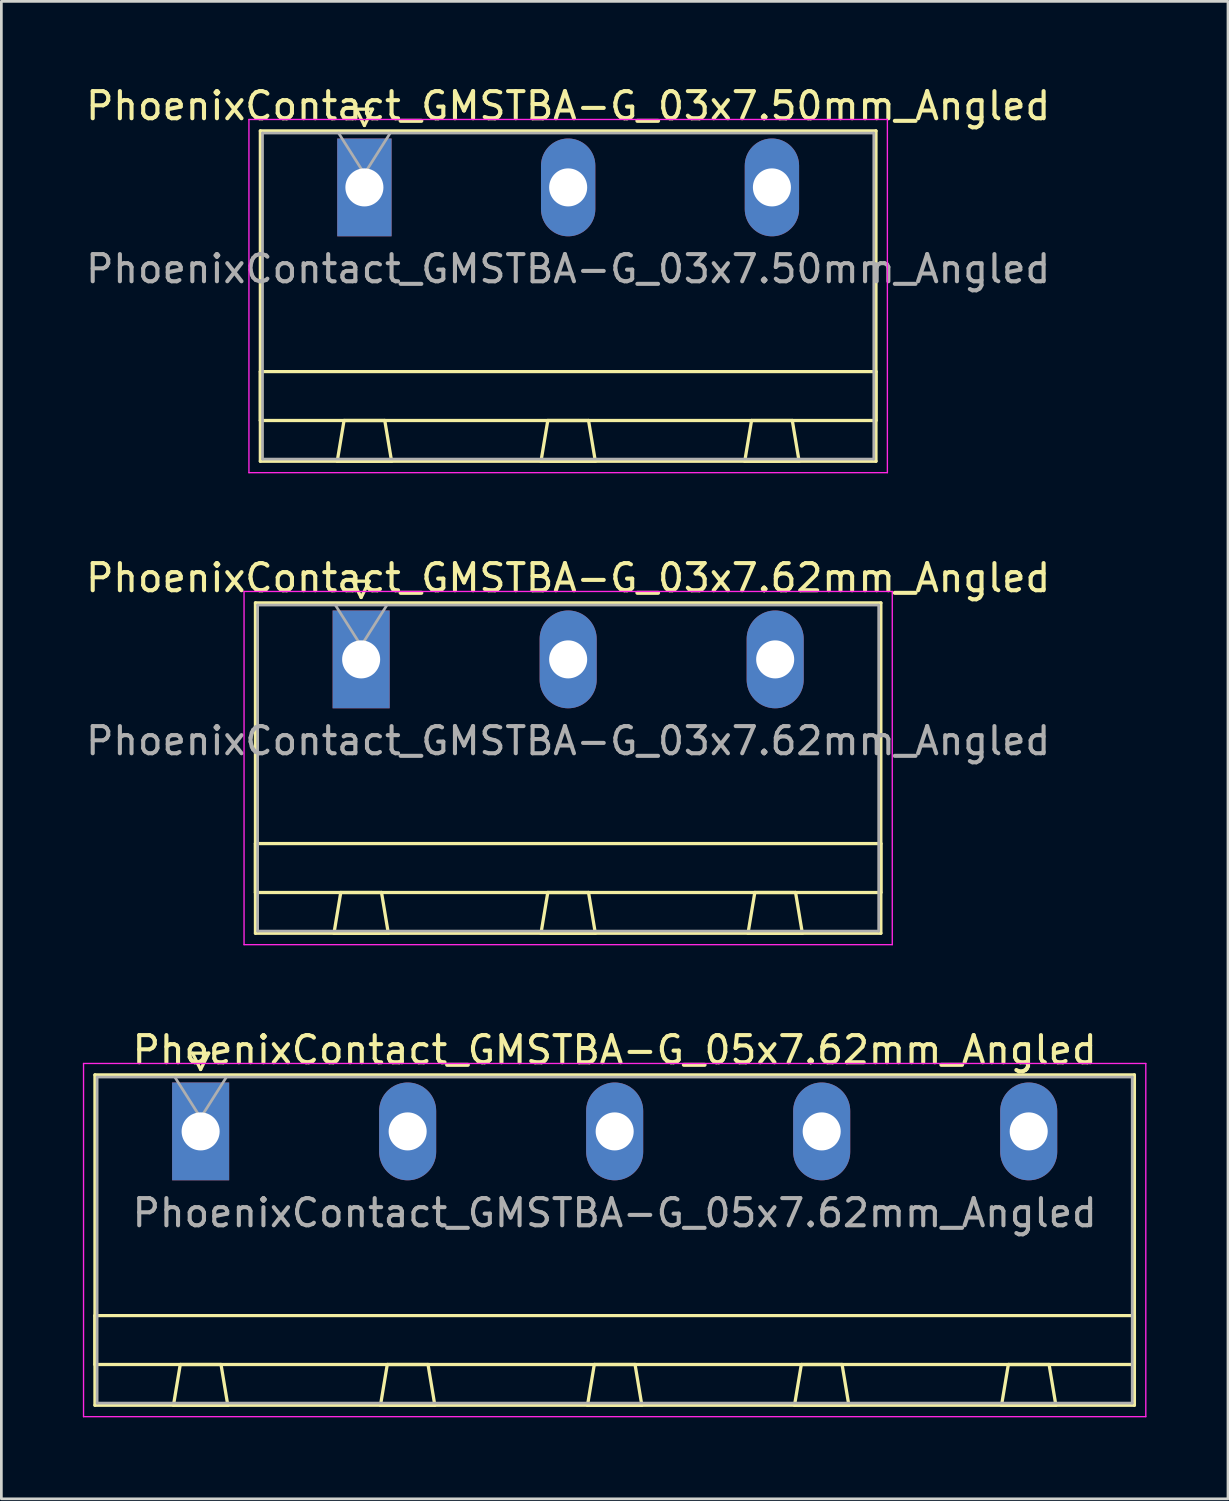
<source format=kicad_pcb>
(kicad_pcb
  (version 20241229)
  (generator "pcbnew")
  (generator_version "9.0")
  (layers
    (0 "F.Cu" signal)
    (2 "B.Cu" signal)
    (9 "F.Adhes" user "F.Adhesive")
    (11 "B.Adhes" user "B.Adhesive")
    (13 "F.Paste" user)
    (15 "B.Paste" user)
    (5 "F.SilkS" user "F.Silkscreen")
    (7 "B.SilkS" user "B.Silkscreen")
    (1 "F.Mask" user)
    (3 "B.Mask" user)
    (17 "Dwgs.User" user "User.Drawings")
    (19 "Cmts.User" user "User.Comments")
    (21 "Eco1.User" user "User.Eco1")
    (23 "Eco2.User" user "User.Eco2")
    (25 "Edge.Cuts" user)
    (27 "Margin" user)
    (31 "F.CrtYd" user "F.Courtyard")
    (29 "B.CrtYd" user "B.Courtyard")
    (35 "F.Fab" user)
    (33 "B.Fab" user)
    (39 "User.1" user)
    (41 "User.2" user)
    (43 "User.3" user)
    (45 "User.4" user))
  (footprint "PhoenixContact_GMSTBA-G_05x7.62mm_Angled"
    (layer "F.Cu")
    (at 4.335 38.595)
    (property "Reference" "PhoenixContact_GMSTBA-G_05x7.62mm_Angled" (at 15.24 -3 0) (layer "F.SilkS") (effects (font (size 1 1) (thickness 0.15))))
    (attr through_hole)
    (fp_line (start -3.89 -2.08) (end -3.89 10.08) (stroke (width 0.12) (type solid)) (layer "F.SilkS"))
    (fp_line (start -3.89 6.78) (end 34.37 6.78) (stroke (width 0.12) (type solid)) (layer "F.SilkS"))
    (fp_line (start -3.89 8.58) (end -3.89 6.78) (stroke (width 0.12) (type solid)) (layer "F.SilkS"))
    (fp_line (start -3.89 10.08) (end 34.37 10.08) (stroke (width 0.12) (type solid)) (layer "F.SilkS"))
    (fp_line (start -1 10.08) (end 1 10.08) (stroke (width 0.12) (type solid)) (layer "F.SilkS"))
    (fp_line (start -0.75 8.58) (end -1 10.08) (stroke (width 0.12) (type solid)) (layer "F.SilkS"))
    (fp_line (start -0.3 -2.88) (end 0.3 -2.88) (stroke (width 0.12) (type solid)) (layer "F.SilkS"))
    (fp_line (start 0 -2.28) (end -0.3 -2.88) (stroke (width 0.12) (type solid)) (layer "F.SilkS"))
    (fp_line (start 0.3 -2.88) (end 0 -2.28) (stroke (width 0.12) (type solid)) (layer "F.SilkS"))
    (fp_line (start 0.75 8.58) (end -0.75 8.58) (stroke (width 0.12) (type solid)) (layer "F.SilkS"))
    (fp_line (start 1 10.08) (end 0.75 8.58) (stroke (width 0.12) (type solid)) (layer "F.SilkS"))
    (fp_line (start 6.62 10.08) (end 8.62 10.08) (stroke (width 0.12) (type solid)) (layer "F.SilkS"))
    (fp_line (start 6.87 8.58) (end 6.62 10.08) (stroke (width 0.12) (type solid)) (layer "F.SilkS"))
    (fp_line (start 8.37 8.58) (end 6.87 8.58) (stroke (width 0.12) (type solid)) (layer "F.SilkS"))
    (fp_line (start 8.62 10.08) (end 8.37 8.58) (stroke (width 0.12) (type solid)) (layer "F.SilkS"))
    (fp_line (start 14.24 10.08) (end 16.24 10.08) (stroke (width 0.12) (type solid)) (layer "F.SilkS"))
    (fp_line (start 14.49 8.58) (end 14.24 10.08) (stroke (width 0.12) (type solid)) (layer "F.SilkS"))
    (fp_line (start 15.99 8.58) (end 14.49 8.58) (stroke (width 0.12) (type solid)) (layer "F.SilkS"))
    (fp_line (start 16.24 10.08) (end 15.99 8.58) (stroke (width 0.12) (type solid)) (layer "F.SilkS"))
    (fp_line (start 21.86 10.08) (end 23.86 10.08) (stroke (width 0.12) (type solid)) (layer "F.SilkS"))
    (fp_line (start 22.11 8.58) (end 21.86 10.08) (stroke (width 0.12) (type solid)) (layer "F.SilkS"))
    (fp_line (start 23.61 8.58) (end 22.11 8.58) (stroke (width 0.12) (type solid)) (layer "F.SilkS"))
    (fp_line (start 23.86 10.08) (end 23.61 8.58) (stroke (width 0.12) (type solid)) (layer "F.SilkS"))
    (fp_line (start 29.48 10.08) (end 31.48 10.08) (stroke (width 0.12) (type solid)) (layer "F.SilkS"))
    (fp_line (start 29.73 8.58) (end 29.48 10.08) (stroke (width 0.12) (type solid)) (layer "F.SilkS"))
    (fp_line (start 31.23 8.58) (end 29.73 8.58) (stroke (width 0.12) (type solid)) (layer "F.SilkS"))
    (fp_line (start 31.48 10.08) (end 31.23 8.58) (stroke (width 0.12) (type solid)) (layer "F.SilkS"))
    (fp_line (start 34.37 -2.08) (end -3.89 -2.08) (stroke (width 0.12) (type solid)) (layer "F.SilkS"))
    (fp_line (start 34.37 6.78) (end 34.37 8.58) (stroke (width 0.12) (type solid)) (layer "F.SilkS"))
    (fp_line (start 34.37 8.58) (end -3.89 8.58) (stroke (width 0.12) (type solid)) (layer "F.SilkS"))
    (fp_line (start 34.37 10.08) (end 34.37 -2.08) (stroke (width 0.12) (type solid)) (layer "F.SilkS"))
    (fp_line (start -4.31 -2.5) (end -4.31 10.5) (stroke (width 0.05) (type solid)) (layer "F.CrtYd"))
    (fp_line (start -4.31 10.5) (end 34.79 10.5) (stroke (width 0.05) (type solid)) (layer "F.CrtYd"))
    (fp_line (start 34.79 -2.5) (end -4.31 -2.5) (stroke (width 0.05) (type solid)) (layer "F.CrtYd"))
    (fp_line (start 34.79 10.5) (end 34.79 -2.5) (stroke (width 0.05) (type solid)) (layer "F.CrtYd"))
    (fp_line (start -3.81 -2) (end -3.81 10) (stroke (width 0.1) (type solid)) (layer "F.Fab"))
    (fp_line (start -3.81 10) (end 34.29 10) (stroke (width 0.1) (type solid)) (layer "F.Fab"))
    (fp_line (start 0 -0.5) (end -0.95 -2) (stroke (width 0.1) (type solid)) (layer "F.Fab"))
    (fp_line (start 0.95 -2) (end 0 -0.5) (stroke (width 0.1) (type solid)) (layer "F.Fab"))
    (fp_line (start 34.29 -2) (end -3.81 -2) (stroke (width 0.1) (type solid)) (layer "F.Fab"))
    (fp_line (start 34.29 10) (end 34.29 -2) (stroke (width 0.1) (type solid)) (layer "F.Fab"))
    (fp_text user "${REFERENCE}" (at 15.24 3 0) (layer "F.Fab") (effects (font (size 1 1) (thickness 0.15))))
    (pad "1" thru_hole rect (at 0 0) (size 2.1 3.6) (drill 1.4) (layers "*.Cu" "*.Mask"))
    (pad "2" thru_hole oval (at 7.62 0) (size 2.1 3.6) (drill 1.4) (layers "*.Cu" "*.Mask"))
    (pad "3" thru_hole oval (at 15.24 0) (size 2.1 3.6) (drill 1.4) (layers "*.Cu" "*.Mask"))
    (pad "4" thru_hole oval (at 22.86 0) (size 2.1 3.6) (drill 1.4) (layers "*.Cu" "*.Mask"))
    (pad "5" thru_hole oval (at 30.48 0) (size 2.1 3.6) (drill 1.4) (layers "*.Cu" "*.Mask")))
  (footprint "PhoenixContact_GMSTBA-G_03x7.50mm_Angled"
    (layer "F.Cu")
    (at 10.363 3.848)
    (property "Reference" "PhoenixContact_GMSTBA-G_03x7.50mm_Angled" (at 7.5 -3 0) (layer "F.SilkS") (effects (font (size 1 1) (thickness 0.15))))
    (attr through_hole)
    (fp_line (start -3.83 -2.08) (end -3.83 10.08) (stroke (width 0.12) (type solid)) (layer "F.SilkS"))
    (fp_line (start -3.83 6.78) (end 18.83 6.78) (stroke (width 0.12) (type solid)) (layer "F.SilkS"))
    (fp_line (start -3.83 8.58) (end -3.83 6.78) (stroke (width 0.12) (type solid)) (layer "F.SilkS"))
    (fp_line (start -3.83 10.08) (end 18.83 10.08) (stroke (width 0.12) (type solid)) (layer "F.SilkS"))
    (fp_line (start -1 10.08) (end 1 10.08) (stroke (width 0.12) (type solid)) (layer "F.SilkS"))
    (fp_line (start -0.75 8.58) (end -1 10.08) (stroke (width 0.12) (type solid)) (layer "F.SilkS"))
    (fp_line (start -0.3 -2.88) (end 0.3 -2.88) (stroke (width 0.12) (type solid)) (layer "F.SilkS"))
    (fp_line (start 0 -2.28) (end -0.3 -2.88) (stroke (width 0.12) (type solid)) (layer "F.SilkS"))
    (fp_line (start 0.3 -2.88) (end 0 -2.28) (stroke (width 0.12) (type solid)) (layer "F.SilkS"))
    (fp_line (start 0.75 8.58) (end -0.75 8.58) (stroke (width 0.12) (type solid)) (layer "F.SilkS"))
    (fp_line (start 1 10.08) (end 0.75 8.58) (stroke (width 0.12) (type solid)) (layer "F.SilkS"))
    (fp_line (start 6.5 10.08) (end 8.5 10.08) (stroke (width 0.12) (type solid)) (layer "F.SilkS"))
    (fp_line (start 6.75 8.58) (end 6.5 10.08) (stroke (width 0.12) (type solid)) (layer "F.SilkS"))
    (fp_line (start 8.25 8.58) (end 6.75 8.58) (stroke (width 0.12) (type solid)) (layer "F.SilkS"))
    (fp_line (start 8.5 10.08) (end 8.25 8.58) (stroke (width 0.12) (type solid)) (layer "F.SilkS"))
    (fp_line (start 14 10.08) (end 16 10.08) (stroke (width 0.12) (type solid)) (layer "F.SilkS"))
    (fp_line (start 14.25 8.58) (end 14 10.08) (stroke (width 0.12) (type solid)) (layer "F.SilkS"))
    (fp_line (start 15.75 8.58) (end 14.25 8.58) (stroke (width 0.12) (type solid)) (layer "F.SilkS"))
    (fp_line (start 16 10.08) (end 15.75 8.58) (stroke (width 0.12) (type solid)) (layer "F.SilkS"))
    (fp_line (start 18.83 -2.08) (end -3.83 -2.08) (stroke (width 0.12) (type solid)) (layer "F.SilkS"))
    (fp_line (start 18.83 6.78) (end 18.83 8.58) (stroke (width 0.12) (type solid)) (layer "F.SilkS"))
    (fp_line (start 18.83 8.58) (end -3.83 8.58) (stroke (width 0.12) (type solid)) (layer "F.SilkS"))
    (fp_line (start 18.83 10.08) (end 18.83 -2.08) (stroke (width 0.12) (type solid)) (layer "F.SilkS"))
    (fp_line (start -4.25 -2.5) (end -4.25 10.5) (stroke (width 0.05) (type solid)) (layer "F.CrtYd"))
    (fp_line (start -4.25 10.5) (end 19.25 10.5) (stroke (width 0.05) (type solid)) (layer "F.CrtYd"))
    (fp_line (start 19.25 -2.5) (end -4.25 -2.5) (stroke (width 0.05) (type solid)) (layer "F.CrtYd"))
    (fp_line (start 19.25 10.5) (end 19.25 -2.5) (stroke (width 0.05) (type solid)) (layer "F.CrtYd"))
    (fp_line (start -3.75 -2) (end -3.75 10) (stroke (width 0.1) (type solid)) (layer "F.Fab"))
    (fp_line (start -3.75 10) (end 18.75 10) (stroke (width 0.1) (type solid)) (layer "F.Fab"))
    (fp_line (start 0 -0.5) (end -0.95 -2) (stroke (width 0.1) (type solid)) (layer "F.Fab"))
    (fp_line (start 0.95 -2) (end 0 -0.5) (stroke (width 0.1) (type solid)) (layer "F.Fab"))
    (fp_line (start 18.75 -2) (end -3.75 -2) (stroke (width 0.1) (type solid)) (layer "F.Fab"))
    (fp_line (start 18.75 10) (end 18.75 -2) (stroke (width 0.1) (type solid)) (layer "F.Fab"))
    (fp_text user "${REFERENCE}" (at 7.5 3 0) (layer "F.Fab") (effects (font (size 1 1) (thickness 0.15))))
    (pad "1" thru_hole rect (at 0 0) (size 2 3.6) (drill 1.4) (layers "*.Cu" "*.Mask"))
    (pad "2" thru_hole oval (at 7.5 0) (size 2 3.6) (drill 1.4) (layers "*.Cu" "*.Mask"))
    (pad "3" thru_hole oval (at 15 0) (size 2 3.6) (drill 1.4) (layers "*.Cu" "*.Mask")))
  (footprint "PhoenixContact_GMSTBA-G_03x7.62mm_Angled"
    (layer "F.Cu")
    (at 10.243 21.221)
    (property "Reference" "PhoenixContact_GMSTBA-G_03x7.62mm_Angled" (at 7.62 -3 0) (layer "F.SilkS") (effects (font (size 1 1) (thickness 0.15))))
    (attr through_hole)
    (fp_line (start -3.89 -2.08) (end -3.89 10.08) (stroke (width 0.12) (type solid)) (layer "F.SilkS"))
    (fp_line (start -3.89 6.78) (end 19.13 6.78) (stroke (width 0.12) (type solid)) (layer "F.SilkS"))
    (fp_line (start -3.89 8.58) (end -3.89 6.78) (stroke (width 0.12) (type solid)) (layer "F.SilkS"))
    (fp_line (start -3.89 10.08) (end 19.13 10.08) (stroke (width 0.12) (type solid)) (layer "F.SilkS"))
    (fp_line (start -1 10.08) (end 1 10.08) (stroke (width 0.12) (type solid)) (layer "F.SilkS"))
    (fp_line (start -0.75 8.58) (end -1 10.08) (stroke (width 0.12) (type solid)) (layer "F.SilkS"))
    (fp_line (start -0.3 -2.88) (end 0.3 -2.88) (stroke (width 0.12) (type solid)) (layer "F.SilkS"))
    (fp_line (start 0 -2.28) (end -0.3 -2.88) (stroke (width 0.12) (type solid)) (layer "F.SilkS"))
    (fp_line (start 0.3 -2.88) (end 0 -2.28) (stroke (width 0.12) (type solid)) (layer "F.SilkS"))
    (fp_line (start 0.75 8.58) (end -0.75 8.58) (stroke (width 0.12) (type solid)) (layer "F.SilkS"))
    (fp_line (start 1 10.08) (end 0.75 8.58) (stroke (width 0.12) (type solid)) (layer "F.SilkS"))
    (fp_line (start 6.62 10.08) (end 8.62 10.08) (stroke (width 0.12) (type solid)) (layer "F.SilkS"))
    (fp_line (start 6.87 8.58) (end 6.62 10.08) (stroke (width 0.12) (type solid)) (layer "F.SilkS"))
    (fp_line (start 8.37 8.58) (end 6.87 8.58) (stroke (width 0.12) (type solid)) (layer "F.SilkS"))
    (fp_line (start 8.62 10.08) (end 8.37 8.58) (stroke (width 0.12) (type solid)) (layer "F.SilkS"))
    (fp_line (start 14.24 10.08) (end 16.24 10.08) (stroke (width 0.12) (type solid)) (layer "F.SilkS"))
    (fp_line (start 14.49 8.58) (end 14.24 10.08) (stroke (width 0.12) (type solid)) (layer "F.SilkS"))
    (fp_line (start 15.99 8.58) (end 14.49 8.58) (stroke (width 0.12) (type solid)) (layer "F.SilkS"))
    (fp_line (start 16.24 10.08) (end 15.99 8.58) (stroke (width 0.12) (type solid)) (layer "F.SilkS"))
    (fp_line (start 19.13 -2.08) (end -3.89 -2.08) (stroke (width 0.12) (type solid)) (layer "F.SilkS"))
    (fp_line (start 19.13 6.78) (end 19.13 8.58) (stroke (width 0.12) (type solid)) (layer "F.SilkS"))
    (fp_line (start 19.13 8.58) (end -3.89 8.58) (stroke (width 0.12) (type solid)) (layer "F.SilkS"))
    (fp_line (start 19.13 10.08) (end 19.13 -2.08) (stroke (width 0.12) (type solid)) (layer "F.SilkS"))
    (fp_line (start -4.31 -2.5) (end -4.31 10.5) (stroke (width 0.05) (type solid)) (layer "F.CrtYd"))
    (fp_line (start -4.31 10.5) (end 19.55 10.5) (stroke (width 0.05) (type solid)) (layer "F.CrtYd"))
    (fp_line (start 19.55 -2.5) (end -4.31 -2.5) (stroke (width 0.05) (type solid)) (layer "F.CrtYd"))
    (fp_line (start 19.55 10.5) (end 19.55 -2.5) (stroke (width 0.05) (type solid)) (layer "F.CrtYd"))
    (fp_line (start -3.81 -2) (end -3.81 10) (stroke (width 0.1) (type solid)) (layer "F.Fab"))
    (fp_line (start -3.81 10) (end 19.05 10) (stroke (width 0.1) (type solid)) (layer "F.Fab"))
    (fp_line (start 0 -0.5) (end -0.95 -2) (stroke (width 0.1) (type solid)) (layer "F.Fab"))
    (fp_line (start 0.95 -2) (end 0 -0.5) (stroke (width 0.1) (type solid)) (layer "F.Fab"))
    (fp_line (start 19.05 -2) (end -3.81 -2) (stroke (width 0.1) (type solid)) (layer "F.Fab"))
    (fp_line (start 19.05 10) (end 19.05 -2) (stroke (width 0.1) (type solid)) (layer "F.Fab"))
    (fp_text user "${REFERENCE}" (at 7.62 3 0) (layer "F.Fab") (effects (font (size 1 1) (thickness 0.15))))
    (pad "1" thru_hole rect (at 0 0) (size 2.1 3.6) (drill 1.4) (layers "*.Cu" "*.Mask"))
    (pad "2" thru_hole oval (at 7.62 0) (size 2.1 3.6) (drill 1.4) (layers "*.Cu" "*.Mask"))
    (pad "3" thru_hole oval (at 15.24 0) (size 2.1 3.6) (drill 1.4) (layers "*.Cu" "*.Mask")))
  (gr_rect
    (start -3 -3)
    (end 42.15 52.12)
    (stroke (width 0.1) (type default))
    (fill no)
    (layer "Edge.Cuts")))
</source>
